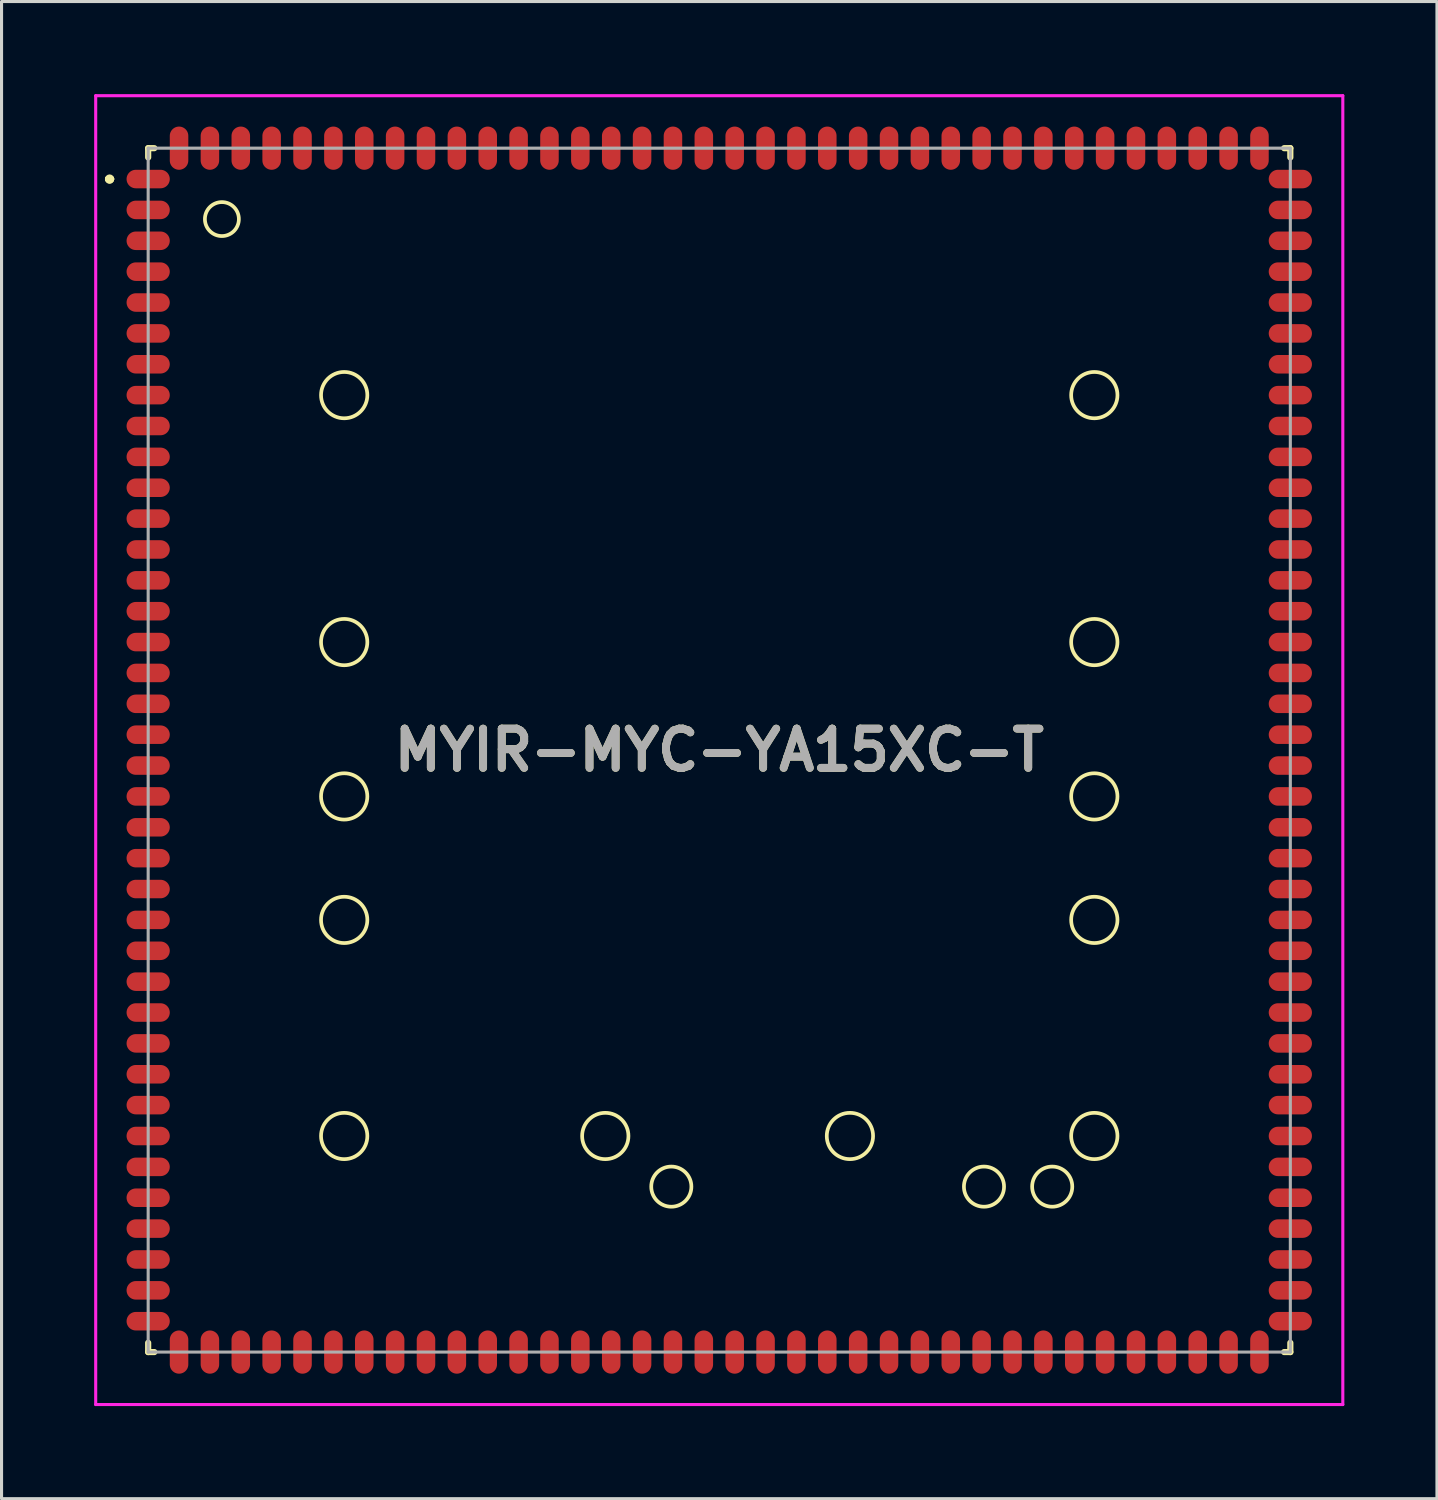
<source format=kicad_pcb>
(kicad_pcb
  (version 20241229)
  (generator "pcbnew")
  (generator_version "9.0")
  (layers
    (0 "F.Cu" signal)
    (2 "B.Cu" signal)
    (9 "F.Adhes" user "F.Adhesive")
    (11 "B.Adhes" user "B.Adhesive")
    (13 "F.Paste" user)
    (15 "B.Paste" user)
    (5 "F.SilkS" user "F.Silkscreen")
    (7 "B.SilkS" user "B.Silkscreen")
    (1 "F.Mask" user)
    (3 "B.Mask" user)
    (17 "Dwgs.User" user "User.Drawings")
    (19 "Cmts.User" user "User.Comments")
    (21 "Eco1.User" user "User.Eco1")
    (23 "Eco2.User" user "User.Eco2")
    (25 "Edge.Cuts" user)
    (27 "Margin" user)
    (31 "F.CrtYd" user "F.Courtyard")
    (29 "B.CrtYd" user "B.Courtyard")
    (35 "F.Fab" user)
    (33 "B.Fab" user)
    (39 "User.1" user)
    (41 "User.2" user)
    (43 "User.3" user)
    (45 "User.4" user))
  (footprint "MYIR-MYC-YA15XC-T"
    (layer "F.Cu")
    (at 20.25 21.25)
    (property "Reference" "MYIR-MYC-YA15XC-T" (at 0 0 0) (layer "F.SilkS") (effects (font (size 1.27 1.27) (thickness 0.254))))
    (attr smd)
    (fp_line (start -19.8 -18.5) (end -19.8 -18.5) (stroke (width 0.2) (type solid)) (layer "F.SilkS"))
    (fp_line (start -19.8 -18.5) (end -19.8 -18.5) (stroke (width 0.2) (type solid)) (layer "F.SilkS"))
    (fp_line (start -19.7 -18.5) (end -19.7 -18.5) (stroke (width 0.2) (type solid)) (layer "F.SilkS"))
    (fp_line (start -18.5 -19.5) (end -18.5 -19.2) (stroke (width 0.2) (type solid)) (layer "F.SilkS"))
    (fp_line (start -18.5 19.2) (end -18.5 19.5) (stroke (width 0.2) (type solid)) (layer "F.SilkS"))
    (fp_line (start -18.5 19.5) (end -18.3 19.5) (stroke (width 0.2) (type solid)) (layer "F.SilkS"))
    (fp_line (start -18.3 -19.5) (end -18.5 -19.5) (stroke (width 0.2) (type solid)) (layer "F.SilkS"))
    (fp_line (start 18.3 -19.5) (end 18.5 -19.5) (stroke (width 0.2) (type solid)) (layer "F.SilkS"))
    (fp_line (start 18.3 19.5) (end 18.5 19.5) (stroke (width 0.2) (type solid)) (layer "F.SilkS"))
    (fp_line (start 18.5 -19.5) (end 18.5 -19.2) (stroke (width 0.2) (type solid)) (layer "F.SilkS"))
    (fp_line (start 18.5 19.5) (end 18.5 19.2) (stroke (width 0.2) (type solid)) (layer "F.SilkS"))
    (fp_arc (start -19.8 -18.5) (mid -19.75 -18.55) (end -19.7 -18.5) (stroke (width 0.2) (type solid)) (layer "F.SilkS"))
    (fp_arc (start -19.7 -18.5) (mid -19.75 -18.45) (end -19.8 -18.5) (stroke (width 0.2) (type solid)) (layer "F.SilkS"))
    (fp_arc (start -19.7 -18.5) (mid -19.75 -18.45) (end -19.8 -18.5) (stroke (width 0.2) (type solid)) (layer "F.SilkS"))
    (fp_circle (center -16.112 -17.203) (end -15.562 -17.203) (stroke (width 0.12) (type solid)) (fill no) (layer "F.SilkS"))
    (fp_circle (center -12.15 -11.5) (end -11.4 -11.5) (stroke (width 0.12) (type solid)) (fill no) (layer "F.SilkS"))
    (fp_circle (center -12.15 -3.5) (end -11.4 -3.5) (stroke (width 0.12) (type solid)) (fill no) (layer "F.SilkS"))
    (fp_circle (center -12.15 1.5) (end -11.4 1.5) (stroke (width 0.12) (type solid)) (fill no) (layer "F.SilkS"))
    (fp_circle (center -12.15 5.5) (end -11.4 5.5) (stroke (width 0.12) (type solid)) (fill no) (layer "F.SilkS"))
    (fp_circle (center -12.15 12.5) (end -11.4 12.5) (stroke (width 0.12) (type solid)) (fill no) (layer "F.SilkS"))
    (fp_circle (center -3.692 12.5) (end -2.942 12.5) (stroke (width 0.12) (type solid)) (fill no) (layer "F.SilkS"))
    (fp_circle (center -1.553 14.141) (end -0.903 14.141) (stroke (width 0.12) (type solid)) (fill no) (layer "F.SilkS"))
    (fp_circle (center 4.233 12.5) (end 4.983 12.5) (stroke (width 0.12) (type solid)) (fill no) (layer "F.SilkS"))
    (fp_circle (center 8.576 14.141) (end 9.226 14.141) (stroke (width 0.12) (type solid)) (fill no) (layer "F.SilkS"))
    (fp_circle (center 10.786 14.141) (end 11.436 14.141) (stroke (width 0.12) (type solid)) (fill no) (layer "F.SilkS"))
    (fp_circle (center 12.15 -11.5) (end 12.9 -11.5) (stroke (width 0.12) (type solid)) (fill no) (layer "F.SilkS"))
    (fp_circle (center 12.15 -3.5) (end 12.9 -3.5) (stroke (width 0.12) (type solid)) (fill no) (layer "F.SilkS"))
    (fp_circle (center 12.15 1.5) (end 12.9 1.5) (stroke (width 0.12) (type solid)) (fill no) (layer "F.SilkS"))
    (fp_circle (center 12.15 5.5) (end 12.9 5.5) (stroke (width 0.12) (type solid)) (fill no) (layer "F.SilkS"))
    (fp_circle (center 12.15 12.5) (end 12.9 12.5) (stroke (width 0.12) (type solid)) (fill no) (layer "F.SilkS"))
    (fp_line (start -20.2 -21.2) (end 20.2 -21.2) (stroke (width 0.1) (type solid)) (layer "F.CrtYd"))
    (fp_line (start -20.2 21.2) (end -20.2 -21.2) (stroke (width 0.1) (type solid)) (layer "F.CrtYd"))
    (fp_line (start 20.2 -21.2) (end 20.2 21.2) (stroke (width 0.1) (type solid)) (layer "F.CrtYd"))
    (fp_line (start 20.2 21.2) (end -20.2 21.2) (stroke (width 0.1) (type solid)) (layer "F.CrtYd"))
    (fp_line (start -18.5 -19.5) (end -18.5 19.5) (stroke (width 0.1) (type solid)) (layer "F.Fab"))
    (fp_line (start -18.5 19.5) (end 18.5 19.5) (stroke (width 0.1) (type solid)) (layer "F.Fab"))
    (fp_line (start 18.5 -19.5) (end -18.5 -19.5) (stroke (width 0.1) (type solid)) (layer "F.Fab"))
    (fp_line (start 18.5 19.5) (end 18.5 -19.5) (stroke (width 0.1) (type solid)) (layer "F.Fab"))
    (fp_text user "${REFERENCE}" (at 0 0 0) (layer "F.Fab") (effects (font (size 1.27 1.27) (thickness 0.254))))
    (pad "1" smd oval (at -18.5 -18.5 90) (size 0.6 1.4) (layers "F.Cu" "F.Mask" "F.Paste"))
    (pad "2" smd oval (at -18.5 -17.5 90) (size 0.6 1.4) (layers "F.Cu" "F.Mask" "F.Paste"))
    (pad "3" smd oval (at -18.5 -16.5 90) (size 0.6 1.4) (layers "F.Cu" "F.Mask" "F.Paste"))
    (pad "4" smd oval (at -18.5 -15.5 90) (size 0.6 1.4) (layers "F.Cu" "F.Mask" "F.Paste"))
    (pad "5" smd oval (at -18.5 -14.5 90) (size 0.6 1.4) (layers "F.Cu" "F.Mask" "F.Paste"))
    (pad "6" smd oval (at -18.5 -13.5 90) (size 0.6 1.4) (layers "F.Cu" "F.Mask" "F.Paste"))
    (pad "7" smd oval (at -18.5 -12.5 90) (size 0.6 1.4) (layers "F.Cu" "F.Mask" "F.Paste"))
    (pad "8" smd oval (at -18.5 -11.5 90) (size 0.6 1.4) (layers "F.Cu" "F.Mask" "F.Paste"))
    (pad "9" smd oval (at -18.5 -10.5 90) (size 0.6 1.4) (layers "F.Cu" "F.Mask" "F.Paste"))
    (pad "10" smd oval (at -18.5 -9.5 90) (size 0.6 1.4) (layers "F.Cu" "F.Mask" "F.Paste"))
    (pad "11" smd oval (at -18.5 -8.5 90) (size 0.6 1.4) (layers "F.Cu" "F.Mask" "F.Paste"))
    (pad "12" smd oval (at -18.5 -7.5 90) (size 0.6 1.4) (layers "F.Cu" "F.Mask" "F.Paste"))
    (pad "13" smd oval (at -18.5 -6.5 90) (size 0.6 1.4) (layers "F.Cu" "F.Mask" "F.Paste"))
    (pad "14" smd oval (at -18.5 -5.5 90) (size 0.6 1.4) (layers "F.Cu" "F.Mask" "F.Paste"))
    (pad "15" smd oval (at -18.5 -4.5 90) (size 0.6 1.4) (layers "F.Cu" "F.Mask" "F.Paste"))
    (pad "16" smd oval (at -18.5 -3.5 90) (size 0.6 1.4) (layers "F.Cu" "F.Mask" "F.Paste"))
    (pad "17" smd oval (at -18.5 -2.5 90) (size 0.6 1.4) (layers "F.Cu" "F.Mask" "F.Paste"))
    (pad "18" smd oval (at -18.5 -1.5 90) (size 0.6 1.4) (layers "F.Cu" "F.Mask" "F.Paste"))
    (pad "19" smd oval (at -18.5 -0.5 90) (size 0.6 1.4) (layers "F.Cu" "F.Mask" "F.Paste"))
    (pad "20" smd oval (at -18.5 0.5 90) (size 0.6 1.4) (layers "F.Cu" "F.Mask" "F.Paste"))
    (pad "21" smd oval (at -18.5 1.5 90) (size 0.6 1.4) (layers "F.Cu" "F.Mask" "F.Paste"))
    (pad "22" smd oval (at -18.5 2.5 90) (size 0.6 1.4) (layers "F.Cu" "F.Mask" "F.Paste"))
    (pad "23" smd oval (at -18.5 3.5 90) (size 0.6 1.4) (layers "F.Cu" "F.Mask" "F.Paste"))
    (pad "24" smd oval (at -18.5 4.5 90) (size 0.6 1.4) (layers "F.Cu" "F.Mask" "F.Paste"))
    (pad "25" smd oval (at -18.5 5.5 90) (size 0.6 1.4) (layers "F.Cu" "F.Mask" "F.Paste"))
    (pad "26" smd oval (at -18.5 6.5 90) (size 0.6 1.4) (layers "F.Cu" "F.Mask" "F.Paste"))
    (pad "27" smd oval (at -18.5 7.5 90) (size 0.6 1.4) (layers "F.Cu" "F.Mask" "F.Paste"))
    (pad "28" smd oval (at -18.5 8.5 90) (size 0.6 1.4) (layers "F.Cu" "F.Mask" "F.Paste"))
    (pad "29" smd oval (at -18.5 9.5 90) (size 0.6 1.4) (layers "F.Cu" "F.Mask" "F.Paste"))
    (pad "30" smd oval (at -18.5 10.5 90) (size 0.6 1.4) (layers "F.Cu" "F.Mask" "F.Paste"))
    (pad "31" smd oval (at -18.5 11.5 90) (size 0.6 1.4) (layers "F.Cu" "F.Mask" "F.Paste"))
    (pad "32" smd oval (at -18.5 12.5 90) (size 0.6 1.4) (layers "F.Cu" "F.Mask" "F.Paste"))
    (pad "33" smd oval (at -18.5 13.5 90) (size 0.6 1.4) (layers "F.Cu" "F.Mask" "F.Paste"))
    (pad "34" smd oval (at -18.5 14.5 90) (size 0.6 1.4) (layers "F.Cu" "F.Mask" "F.Paste"))
    (pad "35" smd oval (at -18.5 15.5 90) (size 0.6 1.4) (layers "F.Cu" "F.Mask" "F.Paste"))
    (pad "36" smd oval (at -18.5 16.5 90) (size 0.6 1.4) (layers "F.Cu" "F.Mask" "F.Paste"))
    (pad "37" smd oval (at -18.5 17.5 90) (size 0.6 1.4) (layers "F.Cu" "F.Mask" "F.Paste"))
    (pad "38" smd oval (at -18.5 18.5 90) (size 0.6 1.4) (layers "F.Cu" "F.Mask" "F.Paste"))
    (pad "39" smd oval (at -17.5 19.5) (size 0.6 1.4) (layers "F.Cu" "F.Mask" "F.Paste"))
    (pad "40" smd oval (at -16.5 19.5) (size 0.6 1.4) (layers "F.Cu" "F.Mask" "F.Paste"))
    (pad "41" smd oval (at -15.5 19.5) (size 0.6 1.4) (layers "F.Cu" "F.Mask" "F.Paste"))
    (pad "42" smd oval (at -14.5 19.5) (size 0.6 1.4) (layers "F.Cu" "F.Mask" "F.Paste"))
    (pad "43" smd oval (at -13.5 19.5) (size 0.6 1.4) (layers "F.Cu" "F.Mask" "F.Paste"))
    (pad "44" smd oval (at -12.5 19.5) (size 0.6 1.4) (layers "F.Cu" "F.Mask" "F.Paste"))
    (pad "45" smd oval (at -11.5 19.5) (size 0.6 1.4) (layers "F.Cu" "F.Mask" "F.Paste"))
    (pad "46" smd oval (at -10.5 19.5) (size 0.6 1.4) (layers "F.Cu" "F.Mask" "F.Paste"))
    (pad "47" smd oval (at -9.5 19.5) (size 0.6 1.4) (layers "F.Cu" "F.Mask" "F.Paste"))
    (pad "48" smd oval (at -8.5 19.5) (size 0.6 1.4) (layers "F.Cu" "F.Mask" "F.Paste"))
    (pad "49" smd oval (at -7.5 19.5) (size 0.6 1.4) (layers "F.Cu" "F.Mask" "F.Paste"))
    (pad "50" smd oval (at -6.5 19.5) (size 0.6 1.4) (layers "F.Cu" "F.Mask" "F.Paste"))
    (pad "51" smd oval (at -5.5 19.5) (size 0.6 1.4) (layers "F.Cu" "F.Mask" "F.Paste"))
    (pad "52" smd oval (at -4.5 19.5) (size 0.6 1.4) (layers "F.Cu" "F.Mask" "F.Paste"))
    (pad "53" smd oval (at -3.5 19.5) (size 0.6 1.4) (layers "F.Cu" "F.Mask" "F.Paste"))
    (pad "54" smd oval (at -2.5 19.5) (size 0.6 1.4) (layers "F.Cu" "F.Mask" "F.Paste"))
    (pad "55" smd oval (at -1.5 19.5) (size 0.6 1.4) (layers "F.Cu" "F.Mask" "F.Paste"))
    (pad "56" smd oval (at -0.5 19.5) (size 0.6 1.4) (layers "F.Cu" "F.Mask" "F.Paste"))
    (pad "57" smd oval (at 0.5 19.5) (size 0.6 1.4) (layers "F.Cu" "F.Mask" "F.Paste"))
    (pad "58" smd oval (at 1.5 19.5) (size 0.6 1.4) (layers "F.Cu" "F.Mask" "F.Paste"))
    (pad "59" smd oval (at 2.5 19.5) (size 0.6 1.4) (layers "F.Cu" "F.Mask" "F.Paste"))
    (pad "60" smd oval (at 3.5 19.5) (size 0.6 1.4) (layers "F.Cu" "F.Mask" "F.Paste"))
    (pad "61" smd oval (at 4.5 19.5) (size 0.6 1.4) (layers "F.Cu" "F.Mask" "F.Paste"))
    (pad "62" smd oval (at 5.5 19.5) (size 0.6 1.4) (layers "F.Cu" "F.Mask" "F.Paste"))
    (pad "63" smd oval (at 6.5 19.5) (size 0.6 1.4) (layers "F.Cu" "F.Mask" "F.Paste"))
    (pad "64" smd oval (at 7.5 19.5) (size 0.6 1.4) (layers "F.Cu" "F.Mask" "F.Paste"))
    (pad "65" smd oval (at 8.5 19.5) (size 0.6 1.4) (layers "F.Cu" "F.Mask" "F.Paste"))
    (pad "66" smd oval (at 9.5 19.5) (size 0.6 1.4) (layers "F.Cu" "F.Mask" "F.Paste"))
    (pad "67" smd oval (at 10.5 19.5) (size 0.6 1.4) (layers "F.Cu" "F.Mask" "F.Paste"))
    (pad "68" smd oval (at 11.5 19.5) (size 0.6 1.4) (layers "F.Cu" "F.Mask" "F.Paste"))
    (pad "69" smd oval (at 12.5 19.5) (size 0.6 1.4) (layers "F.Cu" "F.Mask" "F.Paste"))
    (pad "70" smd oval (at 13.5 19.5) (size 0.6 1.4) (layers "F.Cu" "F.Mask" "F.Paste"))
    (pad "71" smd oval (at 14.5 19.5) (size 0.6 1.4) (layers "F.Cu" "F.Mask" "F.Paste"))
    (pad "72" smd oval (at 15.5 19.5) (size 0.6 1.4) (layers "F.Cu" "F.Mask" "F.Paste"))
    (pad "73" smd oval (at 16.5 19.5) (size 0.6 1.4) (layers "F.Cu" "F.Mask" "F.Paste"))
    (pad "74" smd oval (at 17.5 19.5) (size 0.6 1.4) (layers "F.Cu" "F.Mask" "F.Paste"))
    (pad "75" smd oval (at 18.5 18.5 90) (size 0.6 1.4) (layers "F.Cu" "F.Mask" "F.Paste"))
    (pad "76" smd oval (at 18.5 17.5 90) (size 0.6 1.4) (layers "F.Cu" "F.Mask" "F.Paste"))
    (pad "77" smd oval (at 18.5 16.5 90) (size 0.6 1.4) (layers "F.Cu" "F.Mask" "F.Paste"))
    (pad "78" smd oval (at 18.5 15.5 90) (size 0.6 1.4) (layers "F.Cu" "F.Mask" "F.Paste"))
    (pad "79" smd oval (at 18.5 14.5 90) (size 0.6 1.4) (layers "F.Cu" "F.Mask" "F.Paste"))
    (pad "80" smd oval (at 18.5 13.5 90) (size 0.6 1.4) (layers "F.Cu" "F.Mask" "F.Paste"))
    (pad "81" smd oval (at 18.5 12.5 90) (size 0.6 1.4) (layers "F.Cu" "F.Mask" "F.Paste"))
    (pad "82" smd oval (at 18.5 11.5 90) (size 0.6 1.4) (layers "F.Cu" "F.Mask" "F.Paste"))
    (pad "83" smd oval (at 18.5 10.5 90) (size 0.6 1.4) (layers "F.Cu" "F.Mask" "F.Paste"))
    (pad "84" smd oval (at 18.5 9.5 90) (size 0.6 1.4) (layers "F.Cu" "F.Mask" "F.Paste"))
    (pad "85" smd oval (at 18.5 8.5 90) (size 0.6 1.4) (layers "F.Cu" "F.Mask" "F.Paste"))
    (pad "86" smd oval (at 18.5 7.5 90) (size 0.6 1.4) (layers "F.Cu" "F.Mask" "F.Paste"))
    (pad "87" smd oval (at 18.5 6.5 90) (size 0.6 1.4) (layers "F.Cu" "F.Mask" "F.Paste"))
    (pad "88" smd oval (at 18.5 5.5 90) (size 0.6 1.4) (layers "F.Cu" "F.Mask" "F.Paste"))
    (pad "89" smd oval (at 18.5 4.5 90) (size 0.6 1.4) (layers "F.Cu" "F.Mask" "F.Paste"))
    (pad "90" smd oval (at 18.5 3.5 90) (size 0.6 1.4) (layers "F.Cu" "F.Mask" "F.Paste"))
    (pad "91" smd oval (at 18.5 2.5 90) (size 0.6 1.4) (layers "F.Cu" "F.Mask" "F.Paste"))
    (pad "92" smd oval (at 18.5 1.5 90) (size 0.6 1.4) (layers "F.Cu" "F.Mask" "F.Paste"))
    (pad "93" smd oval (at 18.5 0.5 90) (size 0.6 1.4) (layers "F.Cu" "F.Mask" "F.Paste"))
    (pad "94" smd oval (at 18.5 -0.5 90) (size 0.6 1.4) (layers "F.Cu" "F.Mask" "F.Paste"))
    (pad "95" smd oval (at 18.5 -1.5 90) (size 0.6 1.4) (layers "F.Cu" "F.Mask" "F.Paste"))
    (pad "96" smd oval (at 18.5 -2.5 90) (size 0.6 1.4) (layers "F.Cu" "F.Mask" "F.Paste"))
    (pad "97" smd oval (at 18.5 -3.5 90) (size 0.6 1.4) (layers "F.Cu" "F.Mask" "F.Paste"))
    (pad "98" smd oval (at 18.5 -4.5 90) (size 0.6 1.4) (layers "F.Cu" "F.Mask" "F.Paste"))
    (pad "99" smd oval (at 18.5 -5.5 90) (size 0.6 1.4) (layers "F.Cu" "F.Mask" "F.Paste"))
    (pad "100" smd oval (at 18.5 -6.5 90) (size 0.6 1.4) (layers "F.Cu" "F.Mask" "F.Paste"))
    (pad "101" smd oval (at 18.5 -7.5 90) (size 0.6 1.4) (layers "F.Cu" "F.Mask" "F.Paste"))
    (pad "102" smd oval (at 18.5 -8.5 90) (size 0.6 1.4) (layers "F.Cu" "F.Mask" "F.Paste"))
    (pad "103" smd oval (at 18.5 -9.5 90) (size 0.6 1.4) (layers "F.Cu" "F.Mask" "F.Paste"))
    (pad "104" smd oval (at 18.5 -10.5 90) (size 0.6 1.4) (layers "F.Cu" "F.Mask" "F.Paste"))
    (pad "105" smd oval (at 18.5 -11.5 90) (size 0.6 1.4) (layers "F.Cu" "F.Mask" "F.Paste"))
    (pad "106" smd oval (at 18.5 -12.5 90) (size 0.6 1.4) (layers "F.Cu" "F.Mask" "F.Paste"))
    (pad "107" smd oval (at 18.5 -13.5 90) (size 0.6 1.4) (layers "F.Cu" "F.Mask" "F.Paste"))
    (pad "108" smd oval (at 18.5 -14.5 90) (size 0.6 1.4) (layers "F.Cu" "F.Mask" "F.Paste"))
    (pad "109" smd oval (at 18.5 -15.5 90) (size 0.6 1.4) (layers "F.Cu" "F.Mask" "F.Paste"))
    (pad "110" smd oval (at 18.5 -16.5 90) (size 0.6 1.4) (layers "F.Cu" "F.Mask" "F.Paste"))
    (pad "111" smd oval (at 18.5 -17.5 90) (size 0.6 1.4) (layers "F.Cu" "F.Mask" "F.Paste"))
    (pad "112" smd oval (at 18.5 -18.5 90) (size 0.6 1.4) (layers "F.Cu" "F.Mask" "F.Paste"))
    (pad "113" smd oval (at 17.5 -19.5) (size 0.6 1.4) (layers "F.Cu" "F.Mask" "F.Paste"))
    (pad "114" smd oval (at 16.5 -19.5) (size 0.6 1.4) (layers "F.Cu" "F.Mask" "F.Paste"))
    (pad "115" smd oval (at 15.5 -19.5) (size 0.6 1.4) (layers "F.Cu" "F.Mask" "F.Paste"))
    (pad "116" smd oval (at 14.5 -19.5) (size 0.6 1.4) (layers "F.Cu" "F.Mask" "F.Paste"))
    (pad "117" smd oval (at 13.5 -19.5) (size 0.6 1.4) (layers "F.Cu" "F.Mask" "F.Paste"))
    (pad "118" smd oval (at 12.5 -19.5) (size 0.6 1.4) (layers "F.Cu" "F.Mask" "F.Paste"))
    (pad "119" smd oval (at 11.5 -19.5) (size 0.6 1.4) (layers "F.Cu" "F.Mask" "F.Paste"))
    (pad "120" smd oval (at 10.5 -19.5) (size 0.6 1.4) (layers "F.Cu" "F.Mask" "F.Paste"))
    (pad "121" smd oval (at 9.5 -19.5) (size 0.6 1.4) (layers "F.Cu" "F.Mask" "F.Paste"))
    (pad "122" smd oval (at 8.5 -19.5) (size 0.6 1.4) (layers "F.Cu" "F.Mask" "F.Paste"))
    (pad "123" smd oval (at 7.5 -19.5) (size 0.6 1.4) (layers "F.Cu" "F.Mask" "F.Paste"))
    (pad "124" smd oval (at 6.5 -19.5) (size 0.6 1.4) (layers "F.Cu" "F.Mask" "F.Paste"))
    (pad "125" smd oval (at 5.5 -19.5) (size 0.6 1.4) (layers "F.Cu" "F.Mask" "F.Paste"))
    (pad "126" smd oval (at 4.5 -19.5) (size 0.6 1.4) (layers "F.Cu" "F.Mask" "F.Paste"))
    (pad "127" smd oval (at 3.5 -19.5) (size 0.6 1.4) (layers "F.Cu" "F.Mask" "F.Paste"))
    (pad "128" smd oval (at 2.5 -19.5) (size 0.6 1.4) (layers "F.Cu" "F.Mask" "F.Paste"))
    (pad "129" smd oval (at 1.5 -19.5) (size 0.6 1.4) (layers "F.Cu" "F.Mask" "F.Paste"))
    (pad "130" smd oval (at 0.5 -19.5) (size 0.6 1.4) (layers "F.Cu" "F.Mask" "F.Paste"))
    (pad "131" smd oval (at -0.5 -19.5) (size 0.6 1.4) (layers "F.Cu" "F.Mask" "F.Paste"))
    (pad "132" smd oval (at -1.5 -19.5) (size 0.6 1.4) (layers "F.Cu" "F.Mask" "F.Paste"))
    (pad "133" smd oval (at -2.5 -19.5) (size 0.6 1.4) (layers "F.Cu" "F.Mask" "F.Paste"))
    (pad "134" smd oval (at -3.5 -19.5) (size 0.6 1.4) (layers "F.Cu" "F.Mask" "F.Paste"))
    (pad "135" smd oval (at -4.5 -19.5) (size 0.6 1.4) (layers "F.Cu" "F.Mask" "F.Paste"))
    (pad "136" smd oval (at -5.5 -19.5) (size 0.6 1.4) (layers "F.Cu" "F.Mask" "F.Paste"))
    (pad "137" smd oval (at -6.5 -19.5) (size 0.6 1.4) (layers "F.Cu" "F.Mask" "F.Paste"))
    (pad "138" smd oval (at -7.5 -19.5) (size 0.6 1.4) (layers "F.Cu" "F.Mask" "F.Paste"))
    (pad "139" smd oval (at -8.5 -19.5) (size 0.6 1.4) (layers "F.Cu" "F.Mask" "F.Paste"))
    (pad "140" smd oval (at -9.5 -19.5) (size 0.6 1.4) (layers "F.Cu" "F.Mask" "F.Paste"))
    (pad "141" smd oval (at -10.5 -19.5) (size 0.6 1.4) (layers "F.Cu" "F.Mask" "F.Paste"))
    (pad "142" smd oval (at -11.5 -19.5) (size 0.6 1.4) (layers "F.Cu" "F.Mask" "F.Paste"))
    (pad "143" smd oval (at -12.5 -19.5) (size 0.6 1.4) (layers "F.Cu" "F.Mask" "F.Paste"))
    (pad "144" smd oval (at -13.5 -19.5) (size 0.6 1.4) (layers "F.Cu" "F.Mask" "F.Paste"))
    (pad "145" smd oval (at -14.5 -19.5) (size 0.6 1.4) (layers "F.Cu" "F.Mask" "F.Paste"))
    (pad "146" smd oval (at -15.5 -19.5) (size 0.6 1.4) (layers "F.Cu" "F.Mask" "F.Paste"))
    (pad "147" smd oval (at -16.5 -19.5) (size 0.6 1.4) (layers "F.Cu" "F.Mask" "F.Paste"))
    (pad "148" smd oval (at -17.5 -19.5) (size 0.6 1.4) (layers "F.Cu" "F.Mask" "F.Paste"))
    (zone (net_name "") (layers "F.Cu" "F.Mask" "F.SilkS" "F.Adhes" "F.Paste") (hatch edge 0.508) (connect_pads) (min_thickness 0.254) (filled_areas_thickness no) (keepout (tracks not_allowed) (vias not_allowed) (pads not_allowed) (copperpour not_allowed) (footprints not_allowed)) (placement (enabled no)) (fill) (polygon (pts (xy 4.692 4.047) (xy 4.673 3.903) (xy 4.618 3.77) (xy 4.53 3.655) (xy 4.415 3.567) (xy 4.281 3.511) (xy 4.138 3.492) (xy 3.994 3.511) (xy 3.86 3.567) (xy 3.745 3.655) (xy 3.657 3.77) (xy 3.602 3.903) (xy 3.583 4.047) (xy 3.602 4.191) (xy 3.657 4.324) (xy 3.745 4.439) (xy 3.86 4.527) (xy 3.994 4.583) (xy 4.138 4.602) (xy 4.281 4.583) (xy 4.415 4.527) (xy 4.53 4.439) (xy 4.618 4.324) (xy 4.673 4.191))))
    (zone (net_name "") (layers "F.Cu" "F.Mask" "F.SilkS" "F.Adhes" "F.Paste") (hatch edge 0.508) (connect_pads) (min_thickness 0.254) (filled_areas_thickness no) (keepout (tracks not_allowed) (vias not_allowed) (pads not_allowed) (copperpour not_allowed) (footprints not_allowed)) (placement (enabled no)) (fill) (polygon (pts (xy 19.352 35.391) (xy 19.333 35.234) (xy 19.278 35.087) (xy 19.189 34.958) (xy 19.071 34.853) (xy 18.932 34.779) (xy 18.779 34.741) (xy 18.622 34.74) (xy 18.469 34.777) (xy 18.329 34.849) (xy 18.211 34.952) (xy 18.12 35.081) (xy 18.063 35.228) (xy 18.043 35.384) (xy 18.06 35.54) (xy 18.114 35.688) (xy 18.202 35.818) (xy 18.318 35.924) (xy 18.456 35.999) (xy 18.609 36.039) (xy 18.766 36.042) (xy 18.919 36.007) (xy 19.06 35.936) (xy 19.179 35.834) (xy 19.271 35.706) (xy 19.33 35.56) (xy 19.352 35.404))))
    (zone (net_name "") (layers "F.Cu" "F.Mask" "F.SilkS" "F.Adhes" "F.Paste") (hatch edge 0.508) (connect_pads) (min_thickness 0.254) (filled_areas_thickness no) (keepout (tracks not_allowed) (vias not_allowed) (pads not_allowed) (copperpour not_allowed) (footprints not_allowed)) (placement (enabled no)) (fill) (polygon (pts (xy 29.481 35.391) (xy 29.462 35.234) (xy 29.407 35.087) (xy 29.318 34.958) (xy 29.2 34.853) (xy 29.061 34.779) (xy 28.908 34.741) (xy 28.751 34.74) (xy 28.598 34.777) (xy 28.458 34.849) (xy 28.34 34.952) (xy 28.249 35.081) (xy 28.192 35.228) (xy 28.172 35.384) (xy 28.189 35.54) (xy 28.243 35.688) (xy 28.331 35.818) (xy 28.447 35.924) (xy 28.585 35.999) (xy 28.738 36.039) (xy 28.895 36.042) (xy 29.048 36.007) (xy 29.189 35.936) (xy 29.308 35.834) (xy 29.4 35.706) (xy 29.459 35.56) (xy 29.481 35.404))))
    (zone (net_name "") (layers "F.Cu" "F.Mask" "F.SilkS" "F.Adhes" "F.Paste") (hatch edge 0.508) (connect_pads) (min_thickness 0.254) (filled_areas_thickness no) (keepout (tracks not_allowed) (vias not_allowed) (pads not_allowed) (copperpour not_allowed) (footprints not_allowed)) (placement (enabled no)) (fill) (polygon (pts (xy 31.691 35.391) (xy 31.672 35.234) (xy 31.616 35.087) (xy 31.527 34.958) (xy 31.41 34.853) (xy 31.271 34.779) (xy 31.118 34.741) (xy 30.961 34.74) (xy 30.808 34.777) (xy 30.668 34.849) (xy 30.55 34.952) (xy 30.459 35.081) (xy 30.402 35.228) (xy 30.381 35.384) (xy 30.399 35.54) (xy 30.453 35.688) (xy 30.541 35.818) (xy 30.657 35.924) (xy 30.795 35.999) (xy 30.947 36.039) (xy 31.105 36.042) (xy 31.258 36.007) (xy 31.399 35.936) (xy 31.518 35.834) (xy 31.61 35.706) (xy 31.669 35.56) (xy 31.691 35.404))))
    (zone (net_name "") (layers "F.Cu" "F.Mask" "F.SilkS" "F.Adhes" "F.Paste") (hatch edge 0.508) (connect_pads) (min_thickness 0.254) (filled_areas_thickness no) (keepout (tracks not_allowed) (vias not_allowed) (pads not_allowed) (copperpour not_allowed) (footprints not_allowed)) (placement (enabled no)) (fill) (polygon (pts (xy 8.855 9.75) (xy 8.836 9.583) (xy 8.781 9.424) (xy 8.691 9.281) (xy 8.573 9.162) (xy 8.431 9.072) (xy 8.272 9.015) (xy 8.105 8.995) (xy 7.938 9.013) (xy 7.779 9.067) (xy 7.635 9.155) (xy 7.515 9.273) (xy 7.424 9.414) (xy 7.366 9.573) (xy 7.345 9.739) (xy 7.362 9.907) (xy 7.415 10.067) (xy 7.502 10.211) (xy 7.619 10.332) (xy 7.76 10.424) (xy 7.917 10.482) (xy 8.084 10.505) (xy 8.252 10.489) (xy 8.412 10.437) (xy 8.556 10.351) (xy 8.678 10.235) (xy 8.771 10.095) (xy 8.831 9.938) (xy 8.854 9.771))))
    (zone (net_name "") (layers "F.Cu" "F.Mask" "F.SilkS" "F.Adhes" "F.Paste") (hatch edge 0.508) (connect_pads) (min_thickness 0.254) (filled_areas_thickness no) (keepout (tracks not_allowed) (vias not_allowed) (pads not_allowed) (copperpour not_allowed) (footprints not_allowed)) (placement (enabled no)) (fill) (polygon (pts (xy 8.855 17.75) (xy 8.836 17.583) (xy 8.781 17.424) (xy 8.691 17.281) (xy 8.573 17.162) (xy 8.431 17.072) (xy 8.272 17.015) (xy 8.105 16.995) (xy 7.938 17.013) (xy 7.779 17.067) (xy 7.635 17.155) (xy 7.515 17.273) (xy 7.424 17.414) (xy 7.366 17.573) (xy 7.345 17.739) (xy 7.362 17.907) (xy 7.415 18.067) (xy 7.502 18.211) (xy 7.619 18.332) (xy 7.76 18.424) (xy 7.917 18.482) (xy 8.084 18.505) (xy 8.252 18.489) (xy 8.412 18.437) (xy 8.556 18.351) (xy 8.678 18.235) (xy 8.771 18.095) (xy 8.831 17.938) (xy 8.854 17.771))))
    (zone (net_name "") (layers "F.Cu" "F.Mask" "F.SilkS" "F.Adhes" "F.Paste") (hatch edge 0.508) (connect_pads) (min_thickness 0.254) (filled_areas_thickness no) (keepout (tracks not_allowed) (vias not_allowed) (pads not_allowed) (copperpour not_allowed) (footprints not_allowed)) (placement (enabled no)) (fill) (polygon (pts (xy 8.855 22.75) (xy 8.836 22.583) (xy 8.781 22.424) (xy 8.691 22.281) (xy 8.573 22.162) (xy 8.431 22.072) (xy 8.272 22.015) (xy 8.105 21.995) (xy 7.938 22.013) (xy 7.779 22.067) (xy 7.635 22.155) (xy 7.515 22.273) (xy 7.424 22.414) (xy 7.366 22.573) (xy 7.345 22.739) (xy 7.362 22.907) (xy 7.415 23.067) (xy 7.502 23.211) (xy 7.619 23.332) (xy 7.76 23.424) (xy 7.917 23.482) (xy 8.084 23.505) (xy 8.252 23.489) (xy 8.412 23.437) (xy 8.556 23.351) (xy 8.678 23.235) (xy 8.771 23.095) (xy 8.831 22.938) (xy 8.854 22.771))))
    (zone (net_name "") (layers "F.Cu" "F.Mask" "F.SilkS" "F.Adhes" "F.Paste") (hatch edge 0.508) (connect_pads) (min_thickness 0.254) (filled_areas_thickness no) (keepout (tracks not_allowed) (vias not_allowed) (pads not_allowed) (copperpour not_allowed) (footprints not_allowed)) (placement (enabled no)) (fill) (polygon (pts (xy 8.855 26.75) (xy 8.836 26.583) (xy 8.781 26.424) (xy 8.691 26.281) (xy 8.573 26.162) (xy 8.431 26.072) (xy 8.272 26.015) (xy 8.105 25.995) (xy 7.938 26.013) (xy 7.779 26.067) (xy 7.635 26.155) (xy 7.515 26.273) (xy 7.424 26.414) (xy 7.366 26.573) (xy 7.345 26.739) (xy 7.362 26.907) (xy 7.415 27.067) (xy 7.502 27.211) (xy 7.619 27.332) (xy 7.76 27.424) (xy 7.917 27.482) (xy 8.084 27.505) (xy 8.252 27.489) (xy 8.412 27.437) (xy 8.556 27.351) (xy 8.678 27.235) (xy 8.771 27.095) (xy 8.831 26.938) (xy 8.854 26.771))))
    (zone (net_name "") (layers "F.Cu" "F.Mask" "F.SilkS" "F.Adhes" "F.Paste") (hatch edge 0.508) (connect_pads) (min_thickness 0.254) (filled_areas_thickness no) (keepout (tracks not_allowed) (vias not_allowed) (pads not_allowed) (copperpour not_allowed) (footprints not_allowed)) (placement (enabled no)) (fill) (polygon (pts (xy 8.855 33.75) (xy 8.836 33.583) (xy 8.781 33.424) (xy 8.691 33.281) (xy 8.573 33.162) (xy 8.431 33.072) (xy 8.272 33.015) (xy 8.105 32.995) (xy 7.938 33.013) (xy 7.779 33.067) (xy 7.635 33.155) (xy 7.515 33.273) (xy 7.424 33.414) (xy 7.366 33.573) (xy 7.345 33.739) (xy 7.362 33.907) (xy 7.415 34.067) (xy 7.502 34.211) (xy 7.619 34.332) (xy 7.76 34.424) (xy 7.917 34.482) (xy 8.084 34.505) (xy 8.252 34.489) (xy 8.412 34.437) (xy 8.556 34.351) (xy 8.678 34.235) (xy 8.771 34.095) (xy 8.831 33.938) (xy 8.854 33.771))))
    (zone (net_name "") (layers "F.Cu" "F.Mask" "F.SilkS" "F.Adhes" "F.Paste") (hatch edge 0.508) (connect_pads) (min_thickness 0.254) (filled_areas_thickness no) (keepout (tracks not_allowed) (vias not_allowed) (pads not_allowed) (copperpour not_allowed) (footprints not_allowed)) (placement (enabled no)) (fill) (polygon (pts (xy 17.313 33.75) (xy 17.294 33.583) (xy 17.239 33.424) (xy 17.15 33.281) (xy 17.031 33.162) (xy 16.889 33.072) (xy 16.731 33.015) (xy 16.563 32.995) (xy 16.396 33.013) (xy 16.237 33.067) (xy 16.094 33.155) (xy 15.973 33.273) (xy 15.882 33.414) (xy 15.825 33.573) (xy 15.804 33.739) (xy 15.82 33.907) (xy 15.873 34.067) (xy 15.96 34.211) (xy 16.077 34.332) (xy 16.218 34.424) (xy 16.376 34.482) (xy 16.542 34.505) (xy 16.71 34.489) (xy 16.87 34.437) (xy 17.015 34.351) (xy 17.136 34.235) (xy 17.229 34.095) (xy 17.289 33.938) (xy 17.313 33.771))))
    (zone (net_name "") (layers "F.Cu" "F.Mask" "F.SilkS" "F.Adhes" "F.Paste") (hatch edge 0.508) (connect_pads) (min_thickness 0.254) (filled_areas_thickness no) (keepout (tracks not_allowed) (vias not_allowed) (pads not_allowed) (copperpour not_allowed) (footprints not_allowed)) (placement (enabled no)) (fill) (polygon (pts (xy 25.238 33.75) (xy 25.219 33.583) (xy 25.164 33.424) (xy 25.074 33.281) (xy 24.956 33.162) (xy 24.814 33.072) (xy 24.655 33.015) (xy 24.488 32.995) (xy 24.321 33.013) (xy 24.162 33.067) (xy 24.018 33.155) (xy 23.898 33.273) (xy 23.807 33.414) (xy 23.749 33.573) (xy 23.728 33.739) (xy 23.745 33.907) (xy 23.798 34.067) (xy 23.885 34.211) (xy 24.002 34.332) (xy 24.143 34.424) (xy 24.3 34.482) (xy 24.467 34.505) (xy 24.635 34.489) (xy 24.795 34.437) (xy 24.939 34.351) (xy 25.061 34.235) (xy 25.154 34.095) (xy 25.214 33.938) (xy 25.237 33.771))))
    (zone (net_name "") (layers "F.Cu" "F.Mask" "F.SilkS" "F.Adhes" "F.Paste") (hatch edge 0.508) (connect_pads) (min_thickness 0.254) (filled_areas_thickness no) (keepout (tracks not_allowed) (vias not_allowed) (pads not_allowed) (copperpour not_allowed) (footprints not_allowed)) (placement (enabled no)) (fill) (polygon (pts (xy 33.155 9.75) (xy 33.136 9.583) (xy 33.081 9.424) (xy 32.991 9.281) (xy 32.873 9.162) (xy 32.731 9.072) (xy 32.572 9.015) (xy 32.405 8.995) (xy 32.238 9.013) (xy 32.079 9.067) (xy 31.935 9.155) (xy 31.815 9.273) (xy 31.724 9.414) (xy 31.666 9.573) (xy 31.645 9.739) (xy 31.662 9.907) (xy 31.715 10.067) (xy 31.802 10.211) (xy 31.919 10.332) (xy 32.06 10.424) (xy 32.217 10.482) (xy 32.384 10.505) (xy 32.552 10.489) (xy 32.712 10.437) (xy 32.856 10.351) (xy 32.978 10.235) (xy 33.071 10.095) (xy 33.131 9.938) (xy 33.154 9.771))))
    (zone (net_name "") (layers "F.Cu" "F.Mask" "F.SilkS" "F.Adhes" "F.Paste") (hatch edge 0.508) (connect_pads) (min_thickness 0.254) (filled_areas_thickness no) (keepout (tracks not_allowed) (vias not_allowed) (pads not_allowed) (copperpour not_allowed) (footprints not_allowed)) (placement (enabled no)) (fill) (polygon (pts (xy 33.155 17.75) (xy 33.136 17.583) (xy 33.081 17.424) (xy 32.991 17.281) (xy 32.873 17.162) (xy 32.731 17.072) (xy 32.572 17.015) (xy 32.405 16.995) (xy 32.238 17.013) (xy 32.079 17.067) (xy 31.935 17.155) (xy 31.815 17.273) (xy 31.724 17.414) (xy 31.666 17.573) (xy 31.645 17.739) (xy 31.662 17.907) (xy 31.715 18.067) (xy 31.802 18.211) (xy 31.919 18.332) (xy 32.06 18.424) (xy 32.217 18.482) (xy 32.384 18.505) (xy 32.552 18.489) (xy 32.712 18.437) (xy 32.856 18.351) (xy 32.978 18.235) (xy 33.071 18.095) (xy 33.131 17.938) (xy 33.154 17.771))))
    (zone (net_name "") (layers "F.Cu" "F.Mask" "F.SilkS" "F.Adhes" "F.Paste") (hatch edge 0.508) (connect_pads) (min_thickness 0.254) (filled_areas_thickness no) (keepout (tracks not_allowed) (vias not_allowed) (pads not_allowed) (copperpour not_allowed) (footprints not_allowed)) (placement (enabled no)) (fill) (polygon (pts (xy 33.155 22.75) (xy 33.136 22.583) (xy 33.081 22.424) (xy 32.991 22.281) (xy 32.873 22.162) (xy 32.731 22.072) (xy 32.572 22.015) (xy 32.405 21.995) (xy 32.238 22.013) (xy 32.079 22.067) (xy 31.935 22.155) (xy 31.815 22.273) (xy 31.724 22.414) (xy 31.666 22.573) (xy 31.645 22.739) (xy 31.662 22.907) (xy 31.715 23.067) (xy 31.802 23.211) (xy 31.919 23.332) (xy 32.06 23.424) (xy 32.217 23.482) (xy 32.384 23.505) (xy 32.552 23.489) (xy 32.712 23.437) (xy 32.856 23.351) (xy 32.978 23.235) (xy 33.071 23.095) (xy 33.131 22.938) (xy 33.154 22.771))))
    (zone (net_name "") (layers "F.Cu" "F.Mask" "F.SilkS" "F.Adhes" "F.Paste") (hatch edge 0.508) (connect_pads) (min_thickness 0.254) (filled_areas_thickness no) (keepout (tracks not_allowed) (vias not_allowed) (pads not_allowed) (copperpour not_allowed) (footprints not_allowed)) (placement (enabled no)) (fill) (polygon (pts (xy 33.155 26.75) (xy 33.136 26.583) (xy 33.081 26.424) (xy 32.991 26.281) (xy 32.873 26.162) (xy 32.731 26.072) (xy 32.572 26.015) (xy 32.405 25.995) (xy 32.238 26.013) (xy 32.079 26.067) (xy 31.935 26.155) (xy 31.815 26.273) (xy 31.724 26.414) (xy 31.666 26.573) (xy 31.645 26.739) (xy 31.662 26.907) (xy 31.715 27.067) (xy 31.802 27.211) (xy 31.919 27.332) (xy 32.06 27.424) (xy 32.217 27.482) (xy 32.384 27.505) (xy 32.552 27.489) (xy 32.712 27.437) (xy 32.856 27.351) (xy 32.978 27.235) (xy 33.071 27.095) (xy 33.131 26.938) (xy 33.154 26.771))))
    (zone (net_name "") (layers "F.Cu" "F.Mask" "F.SilkS" "F.Adhes" "F.Paste") (hatch edge 0.508) (connect_pads) (min_thickness 0.254) (filled_areas_thickness no) (keepout (tracks not_allowed) (vias not_allowed) (pads not_allowed) (copperpour not_allowed) (footprints not_allowed)) (placement (enabled no)) (fill) (polygon (pts (xy 33.155 33.75) (xy 33.136 33.583) (xy 33.081 33.424) (xy 32.991 33.281) (xy 32.873 33.162) (xy 32.731 33.072) (xy 32.572 33.015) (xy 32.405 32.995) (xy 32.238 33.013) (xy 32.079 33.067) (xy 31.935 33.155) (xy 31.815 33.273) (xy 31.724 33.414) (xy 31.666 33.573) (xy 31.645 33.739) (xy 31.662 33.907) (xy 31.715 34.067) (xy 31.802 34.211) (xy 31.919 34.332) (xy 32.06 34.424) (xy 32.217 34.482) (xy 32.384 34.505) (xy 32.552 34.489) (xy 32.712 34.437) (xy 32.856 34.351) (xy 32.978 34.235) (xy 33.071 34.095) (xy 33.131 33.938) (xy 33.154 33.771)))))
  (gr_rect
    (start -3 -3)
    (end 43.5 45.5)
    (stroke (width 0.1) (type default))
    (fill no)
    (layer "Edge.Cuts")))
</source>
